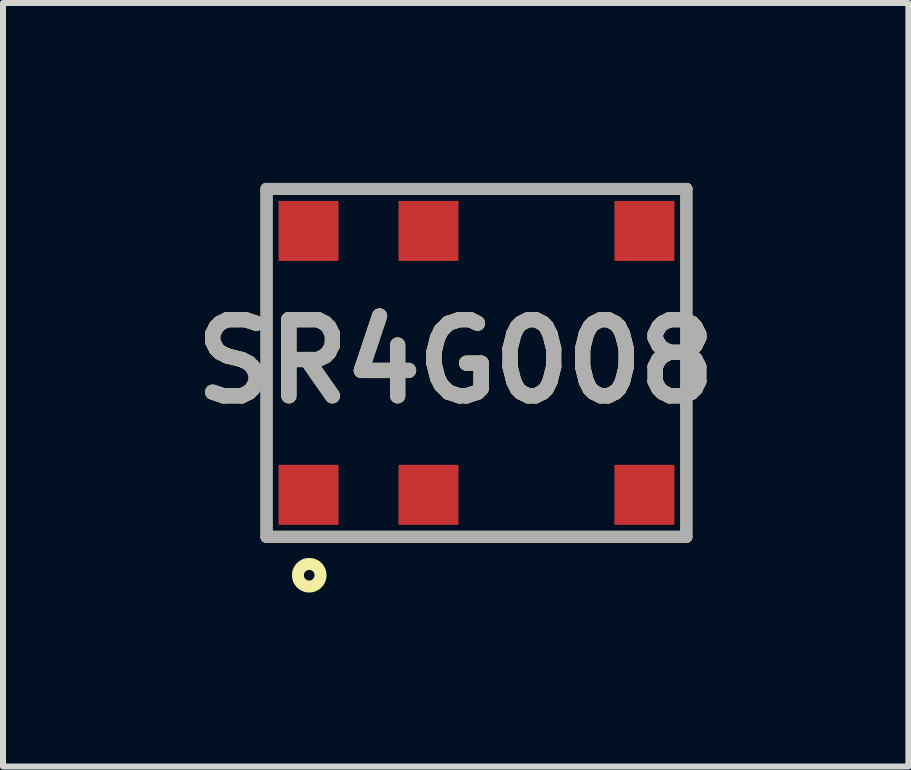
<source format=kicad_pcb>
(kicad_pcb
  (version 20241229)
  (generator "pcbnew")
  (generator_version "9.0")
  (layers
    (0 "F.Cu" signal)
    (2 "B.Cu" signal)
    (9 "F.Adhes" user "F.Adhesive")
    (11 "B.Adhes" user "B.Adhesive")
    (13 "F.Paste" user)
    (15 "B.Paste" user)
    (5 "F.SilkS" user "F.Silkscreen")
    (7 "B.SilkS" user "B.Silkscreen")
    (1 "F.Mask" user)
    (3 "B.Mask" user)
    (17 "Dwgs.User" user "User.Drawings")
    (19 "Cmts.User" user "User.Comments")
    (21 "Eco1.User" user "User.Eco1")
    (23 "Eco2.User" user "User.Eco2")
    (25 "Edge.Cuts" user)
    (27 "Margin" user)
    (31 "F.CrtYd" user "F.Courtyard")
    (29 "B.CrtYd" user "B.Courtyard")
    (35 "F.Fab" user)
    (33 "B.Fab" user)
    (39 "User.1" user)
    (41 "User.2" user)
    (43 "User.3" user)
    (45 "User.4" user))
  (footprint "SR4G008"
    (layer "F.Cu")
    (at 4.894 3)
    (property "Reference" "SR4G008" (at -0.346 -0.025 0) (layer "F.SilkS") (effects (font (size 1.27 1.27) (thickness 0.254))))
    (attr smd)
    (fp_line (start -3.5 -2.9) (end 3.5 -2.9) (stroke (width 0.2) (type solid)) (layer "F.SilkS"))
    (fp_line (start -3.5 2.9) (end -3.5 -2.9) (stroke (width 0.2) (type solid)) (layer "F.SilkS"))
    (fp_line (start 3.5 -2.9) (end 3.5 2.9) (stroke (width 0.2) (type solid)) (layer "F.SilkS"))
    (fp_line (start 3.5 2.9) (end -3.5 2.9) (stroke (width 0.2) (type solid)) (layer "F.SilkS"))
    (fp_circle (center -2.788 3.541) (end -2.788 3.63) (stroke (width 0.2) (type solid)) (fill no) (layer "F.SilkS"))
    (fp_line (start -3.5 -2.9) (end 3.5 -2.9) (stroke (width 0.2) (type solid)) (layer "F.Fab"))
    (fp_line (start -3.5 2.9) (end -3.5 -2.9) (stroke (width 0.2) (type solid)) (layer "F.Fab"))
    (fp_line (start 3.5 -2.9) (end 3.5 2.9) (stroke (width 0.2) (type solid)) (layer "F.Fab"))
    (fp_line (start 3.5 2.9) (end -3.5 2.9) (stroke (width 0.2) (type solid)) (layer "F.Fab"))
    (fp_text user "${REFERENCE}" (at -0.346 -0.025 0) (layer "F.Fab") (effects (font (size 1.27 1.27) (thickness 0.254))))
    (pad "1" smd rect (at -2.8 2.2 90) (size 1 1) (layers "F.Cu" "F.Mask" "F.Paste"))
    (pad "2" smd rect (at -0.8 2.2 90) (size 1 1) (layers "F.Cu" "F.Mask" "F.Paste"))
    (pad "3" smd rect (at 2.8 2.2 90) (size 1 1) (layers "F.Cu" "F.Mask" "F.Paste"))
    (pad "4" smd rect (at 2.8 -2.2 90) (size 1 1) (layers "F.Cu" "F.Mask" "F.Paste"))
    (pad "5" smd rect (at -0.8 -2.2 90) (size 1 1) (layers "F.Cu" "F.Mask" "F.Paste"))
    (pad "6" smd rect (at -2.8 -2.2 90) (size 1 1) (layers "F.Cu" "F.Mask" "F.Paste")))
  (gr_rect
    (start -3 -3)
    (end 12.096 9.73)
    (stroke (width 0.1) (type default))
    (fill no)
    (layer "Edge.Cuts")))
</source>
